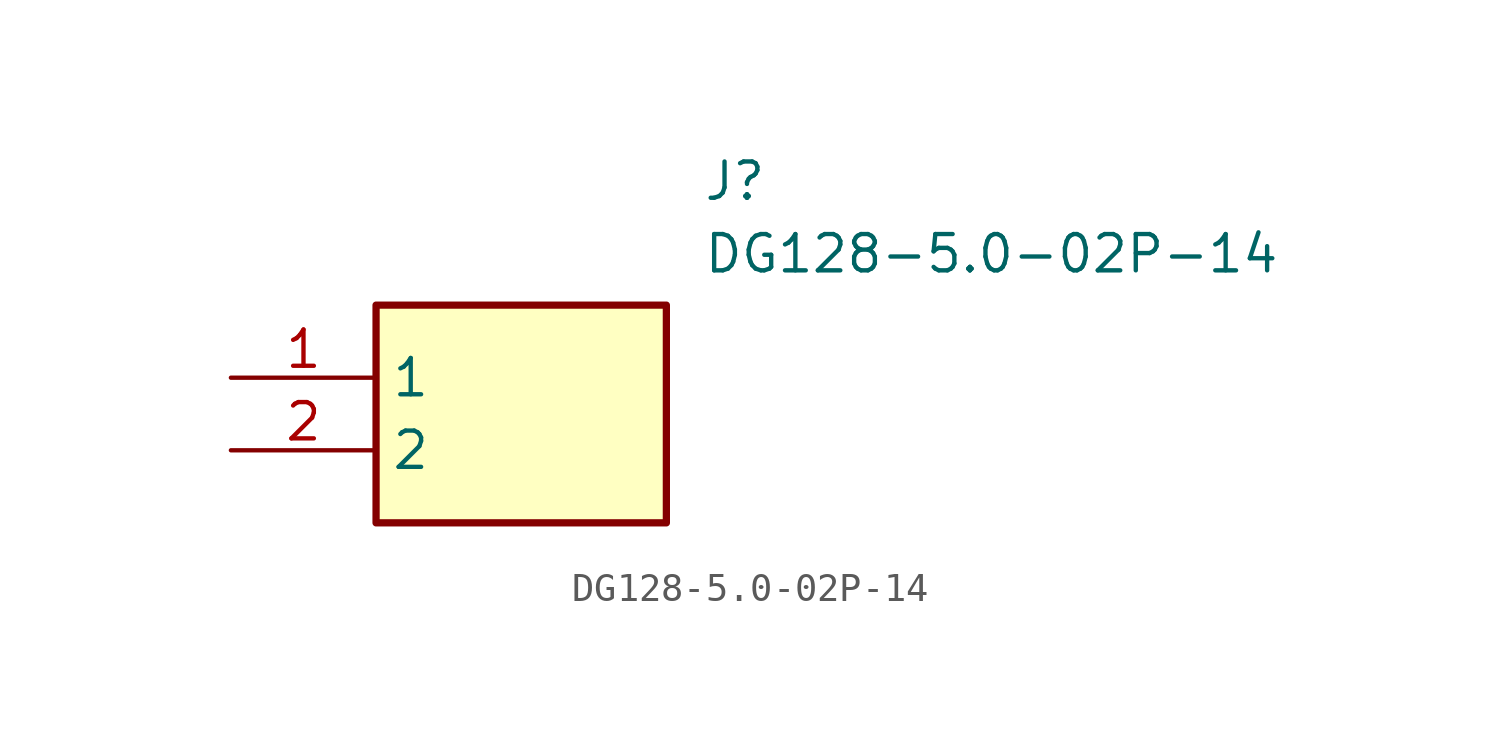
<source format=kicad_sym>
(kicad_symbol_lib
  (version 20211014)
  (generator SamacSys_ECAD_Model)
  (symbol "DG128-5.0-02P-14"
    (property "Reference" "J"
      (at 16.51 7.62 0)
      (effects (font (size 1.27 1.27)) (justify left top)))
    (property "Value" "DG128-5.0-02P-14"
      (at 16.51 5.08 0)
      (effects (font (size 1.27 1.27)) (justify left top)))
    (rectangle
      (start 5.08 2.54)
      (end 15.24 -5.08)
      (stroke (width 0.254) (type default))
      (fill (type background)))
    (pin passive line
      (at 0 0 0)
      (length 5.08)
      (name "1" (effects (font (size 1.27 1.27))))
      (number "1" (effects (font (size 1.27 1.27)))))
    (pin passive line
      (at 0 -2.54 0)
      (length 5.08)
      (name "2" (effects (font (size 1.27 1.27))))
      (number "2" (effects (font (size 1.27 1.27)))))))
</source>
